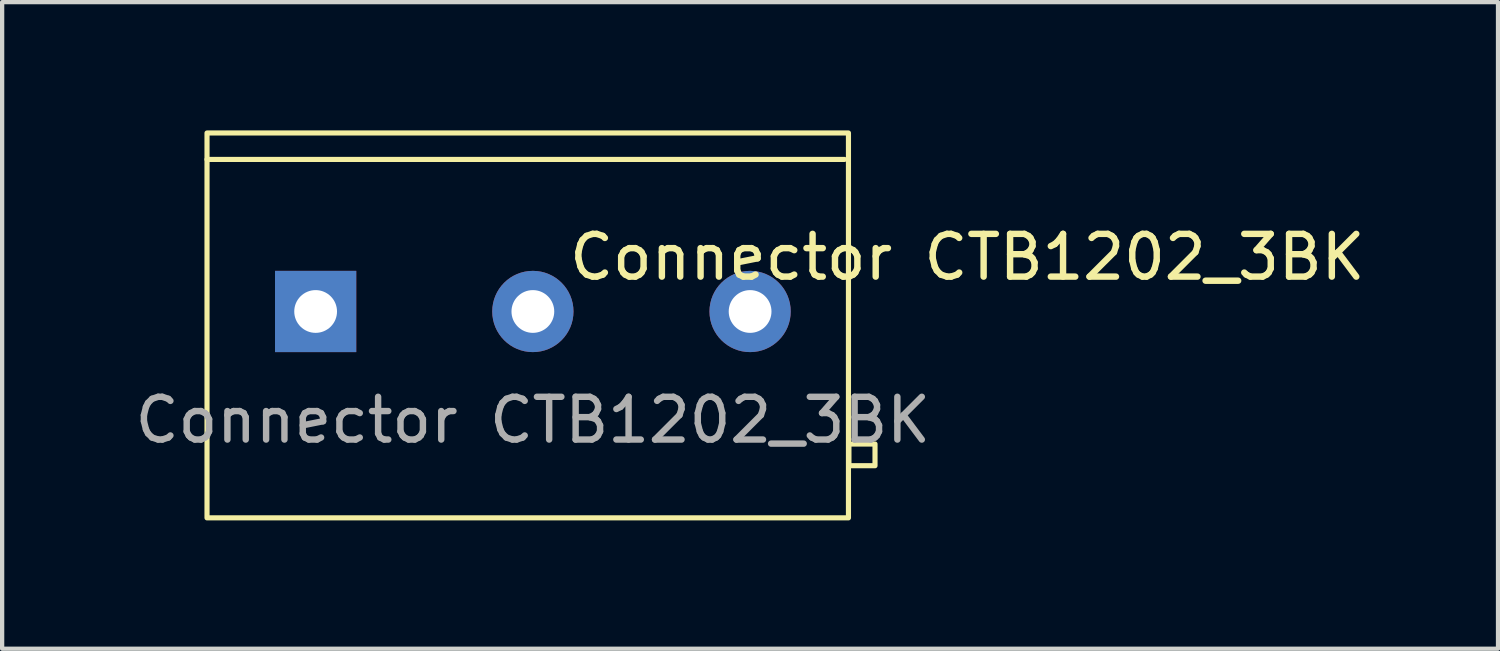
<source format=kicad_pcb>
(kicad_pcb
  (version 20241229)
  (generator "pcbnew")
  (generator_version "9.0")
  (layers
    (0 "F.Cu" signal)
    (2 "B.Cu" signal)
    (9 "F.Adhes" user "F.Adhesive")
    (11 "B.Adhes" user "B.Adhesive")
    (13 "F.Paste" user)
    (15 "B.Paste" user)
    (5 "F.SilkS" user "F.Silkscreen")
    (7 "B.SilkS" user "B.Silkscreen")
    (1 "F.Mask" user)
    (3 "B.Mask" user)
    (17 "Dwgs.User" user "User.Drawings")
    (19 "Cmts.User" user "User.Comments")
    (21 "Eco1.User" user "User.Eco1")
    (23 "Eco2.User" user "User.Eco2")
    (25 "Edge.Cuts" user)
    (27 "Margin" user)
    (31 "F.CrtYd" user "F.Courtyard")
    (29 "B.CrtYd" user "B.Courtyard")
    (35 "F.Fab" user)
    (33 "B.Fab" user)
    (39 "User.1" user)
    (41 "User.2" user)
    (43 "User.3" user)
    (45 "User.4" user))
  (footprint "Connector CTB1202_3BK"
    (layer "F.Cu")
    (at 4.331 4.234)
    (property "Reference" "Connector CTB1202_3BK" (at 15.24 -1.27 0) (unlocked yes) (layer "F.SilkS") (effects (font (size 1 1) (thickness 0.15))))
    (attr through_hole)
    (fp_line (start -2.54 -3.556) (end 12.366 -3.556) (stroke (width 0.12) (type solid)) (layer "F.SilkS"))
    (fp_rect (start -2.54 -4.174) (end 12.46 4.826) (stroke (width 0.12) (type solid)) (fill no) (layer "F.SilkS"))
    (fp_rect (start 12.471 3.607) (end 13.081 3.099) (stroke (width 0.12) (type solid)) (fill no) (layer "F.SilkS"))
    (fp_text user "${REFERENCE}" (at 5.08 2.54 0) (unlocked yes) (layer "F.Fab") (effects (font (size 1 1) (thickness 0.15))))
    (pad "1" thru_hole rect (at 0 0) (size 1.9 1.9) (drill 1) (layers "*.Cu" "*.Mask"))
    (pad "2" thru_hole circle (at 5.08 0) (size 1.9 1.9) (drill 1) (layers "*.Cu" "*.Mask"))
    (pad "3" thru_hole circle (at 10.16 0) (size 1.9 1.9) (drill 1) (layers "*.Cu" "*.Mask")))
  (gr_rect
    (start -3 -3)
    (end 31.981 12.12)
    (stroke (width 0.1) (type default))
    (fill no)
    (layer "Edge.Cuts")))
</source>
